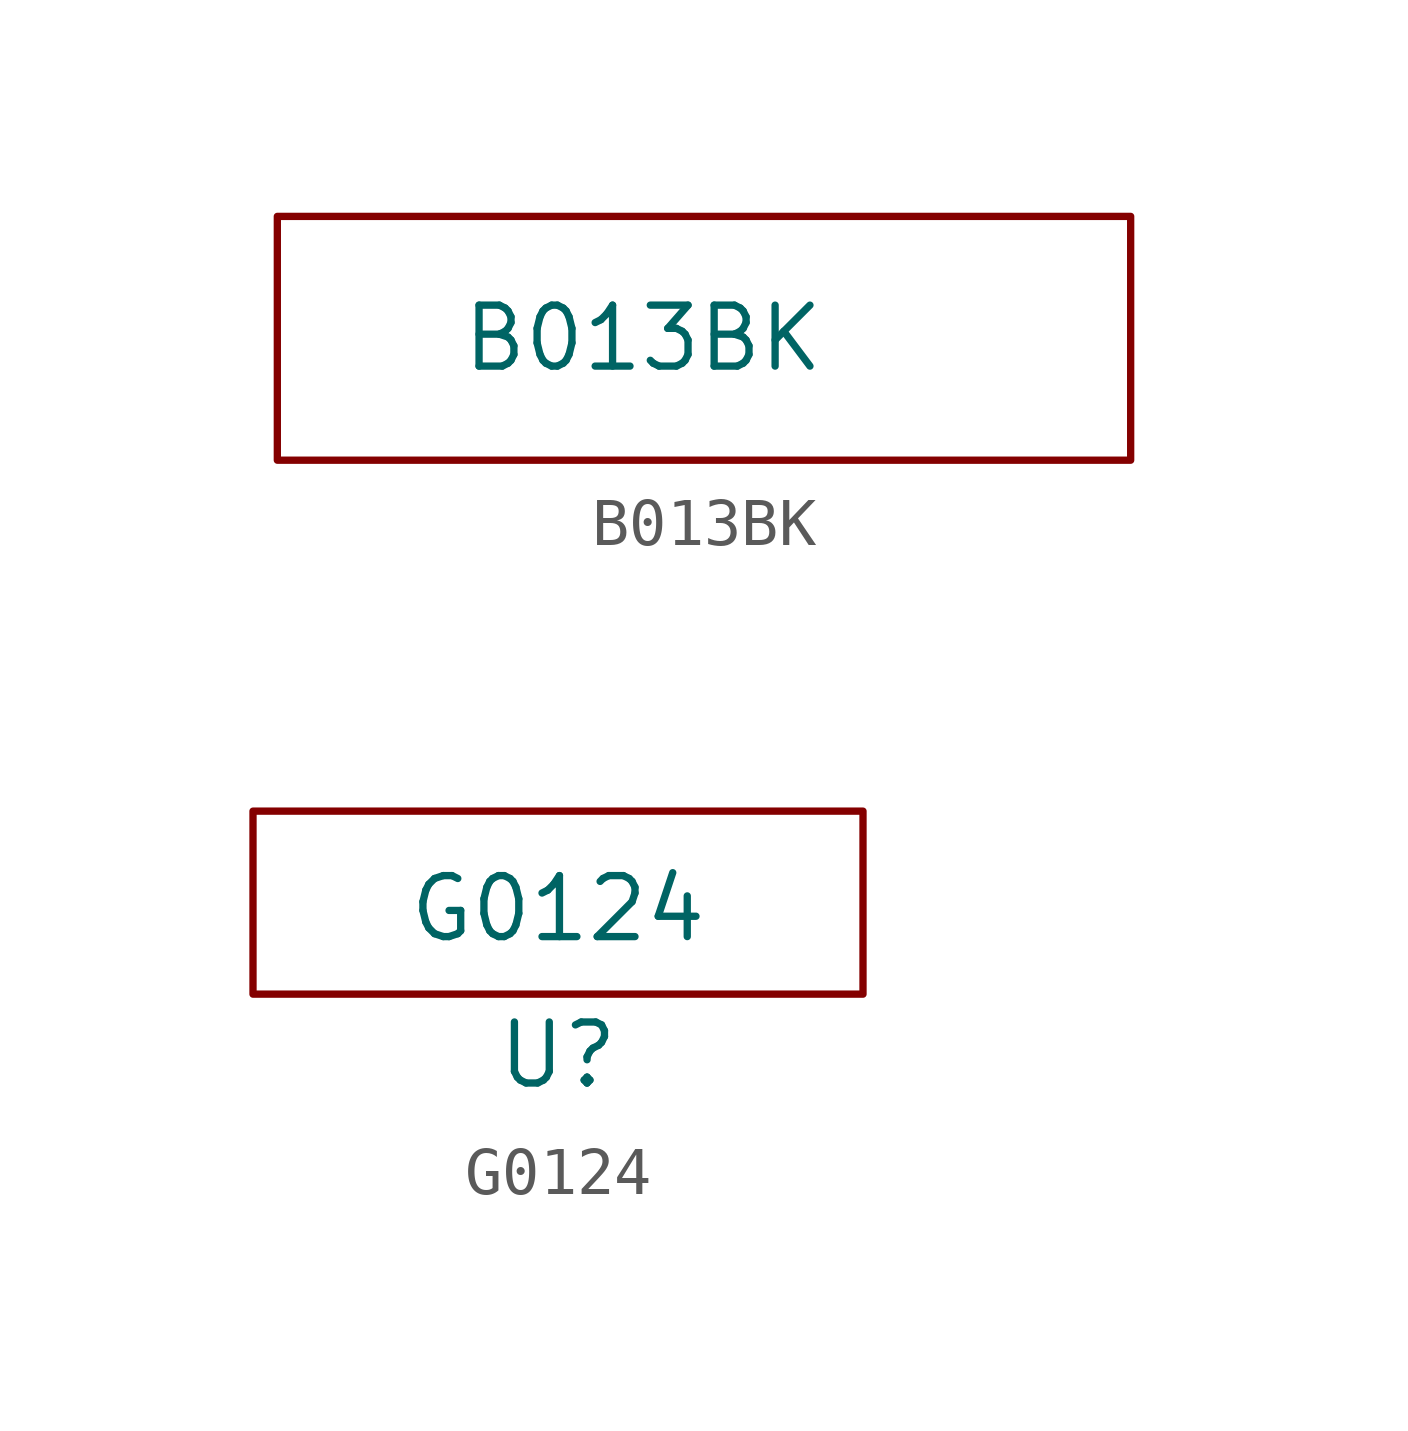
<source format=kicad_sym>
(kicad_symbol_lib
  (version 20231120)
  (generator "kicad_symbol_editor")
  (generator_version "8.0")
  (symbol "B013BK"
    (pin_numbers hide)
    (pin_names
      (offset 0) hide)
    (property "Reference" "CASE"
      (at 0 0 0)
      (effects (font (size 1.27 1.27)) (hide yes)))
    (property "Value" "B013BK"
      (at 0 0 0)
      (effects (font (size 1.27 1.27))))
    (symbol "B013BK_0_1"
      (rectangle (start -7.62 2.54) (end 10.16 -2.54) (stroke (width 0) (type default)) (fill (type none)))))
  (symbol "G0124"
    (pin_numbers hide)
    (pin_names
      (offset 0) hide)
    (property "Reference" "U"
      (at 0 0 0)
      (effects (font (size 1.27 1.27))))
    (property "Value" "G0124"
      (at 0 3.048 0)
      (effects (font (size 1.27 1.27))))
    (symbol "G0124_0_1"
      (rectangle (start -6.35 5.08) (end 6.35 1.27) (stroke (width 0) (type default)) (fill (type none))))))
</source>
